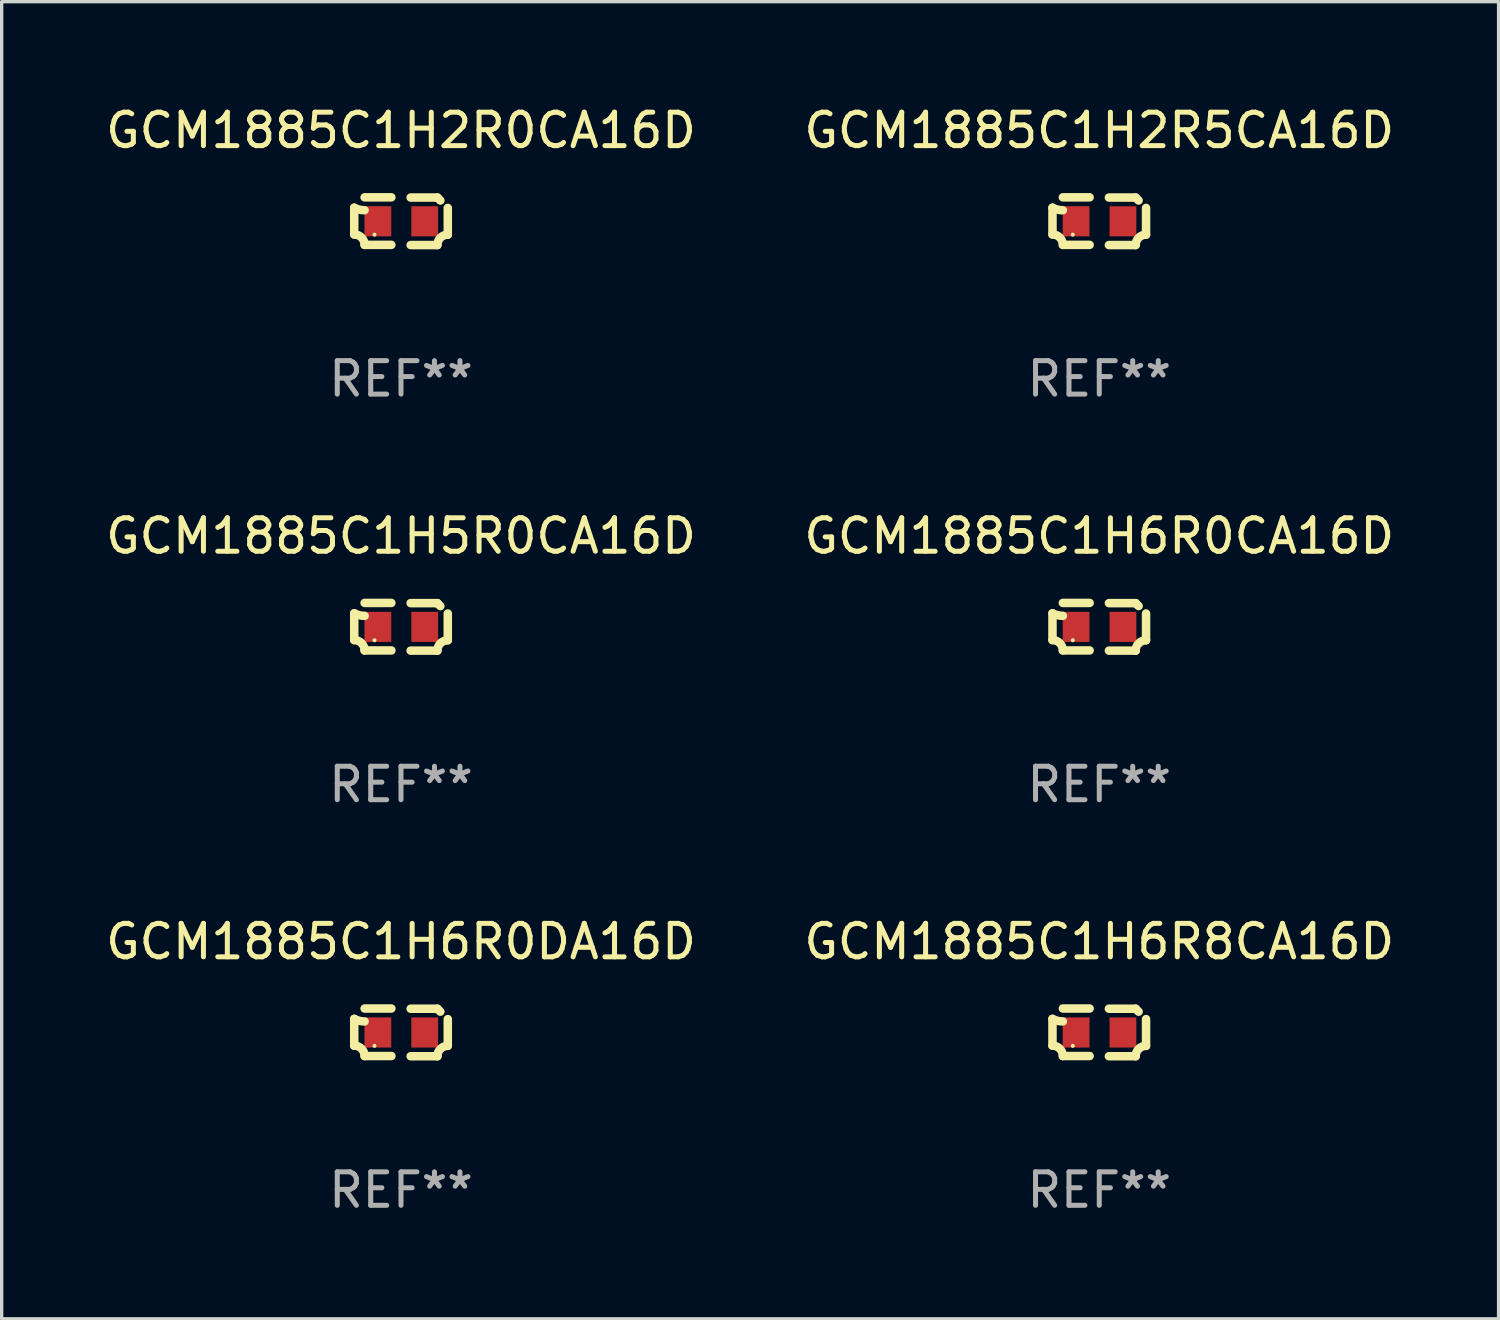
<source format=kicad_pcb>
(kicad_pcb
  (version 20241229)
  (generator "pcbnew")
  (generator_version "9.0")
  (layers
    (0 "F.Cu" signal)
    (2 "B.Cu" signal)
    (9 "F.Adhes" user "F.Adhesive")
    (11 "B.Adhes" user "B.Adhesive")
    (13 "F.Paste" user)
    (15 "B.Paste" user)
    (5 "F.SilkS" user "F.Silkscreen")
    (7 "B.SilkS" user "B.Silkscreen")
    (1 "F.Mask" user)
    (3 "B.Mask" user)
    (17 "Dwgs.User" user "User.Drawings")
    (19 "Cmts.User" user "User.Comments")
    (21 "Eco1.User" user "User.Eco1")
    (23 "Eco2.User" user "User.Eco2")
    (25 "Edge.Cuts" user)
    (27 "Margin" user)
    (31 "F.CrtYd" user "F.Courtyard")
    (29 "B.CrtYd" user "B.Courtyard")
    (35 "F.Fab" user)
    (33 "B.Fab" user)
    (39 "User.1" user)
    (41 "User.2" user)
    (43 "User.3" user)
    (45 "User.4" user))
  (footprint "GCM1885C1H6R0CA16D"
    (layer "F.Cu")
    (at 29.804 15.683)
    (property "Reference" "GCM1885C1H6R0CA16D" (at 0 -2.713 0) (layer "F.SilkS") (effects (font (size 1 1) (thickness 0.15))))
    (attr through_hole)
    (fp_line (start -1.398 -0.403) (end -1.398 0.397) (stroke (width 0.254) (type solid)) (layer "F.SilkS"))
    (fp_line (start -0.288 -0.713) (end -1.088 -0.713) (stroke (width 0.254) (type solid)) (layer "F.SilkS"))
    (fp_line (start -0.288 0.707) (end -1.088 0.707) (stroke (width 0.254) (type solid)) (layer "F.SilkS"))
    (fp_line (start 0.288 -0.707) (end 1.088 -0.707) (stroke (width 0.254) (type solid)) (layer "F.SilkS"))
    (fp_line (start 0.288 0.713) (end 1.088 0.713) (stroke (width 0.254) (type solid)) (layer "F.SilkS"))
    (fp_line (start 1.398 -0.397) (end 1.398 0.403) (stroke (width 0.254) (type solid)) (layer "F.SilkS"))
    (fp_arc (start -1.397789 0.397066) (mid -1.178701 0.487826) (end -1.08796 0.706922) (stroke (width 0.254001) (type solid)) (layer "F.SilkS"))
    (fp_arc (start -1.08796 -0.327176) (mid -1.247436 -0.346384) (end -1.39779 -0.402908) (stroke (width 0.254001) (type solid)) (layer "F.SilkS"))
    (fp_arc (start 1.087909 0.712738) (mid 1.178656 0.493655) (end 1.397739 0.402908) (stroke (width 0.254001) (type solid)) (layer "F.SilkS"))
    (fp_arc (start 1.175925 -0.618926) (mid 1.131917 -0.662923) (end 1.08791 -0.706922) (stroke (width 0.254001) (type solid)) (layer "F.SilkS"))
    (fp_circle (center -0.792 0.403) (end -0.762 0.403) (stroke (width 0.06) (type solid)) (fill no) (layer "F.SilkS"))
    (fp_text user "REF**" (at 0 4.713 0) (layer "F.Fab") (effects (font (size 1 1) (thickness 0.15))))
    (pad "1" smd rect (at -0.692 0.003) (size 0.8 0.9) (layers "F.Cu" "F.Mask" "F.Paste"))
    (pad "2" smd rect (at 0.708 0.003) (size 0.8 0.9) (layers "F.Cu" "F.Mask" "F.Paste")))
  (footprint "GCM1885C1H6R0DA16D"
    (layer "F.Cu")
    (at 8.935 27.805)
    (property "Reference" "GCM1885C1H6R0DA16D" (at 0 -2.713 0) (layer "F.SilkS") (effects (font (size 1 1) (thickness 0.15))))
    (attr through_hole)
    (fp_line (start -1.398 -0.403) (end -1.398 0.397) (stroke (width 0.254) (type solid)) (layer "F.SilkS"))
    (fp_line (start -0.288 -0.713) (end -1.088 -0.713) (stroke (width 0.254) (type solid)) (layer "F.SilkS"))
    (fp_line (start -0.288 0.707) (end -1.088 0.707) (stroke (width 0.254) (type solid)) (layer "F.SilkS"))
    (fp_line (start 0.288 -0.707) (end 1.088 -0.707) (stroke (width 0.254) (type solid)) (layer "F.SilkS"))
    (fp_line (start 0.288 0.713) (end 1.088 0.713) (stroke (width 0.254) (type solid)) (layer "F.SilkS"))
    (fp_line (start 1.398 -0.397) (end 1.398 0.403) (stroke (width 0.254) (type solid)) (layer "F.SilkS"))
    (fp_arc (start -1.397789 0.397066) (mid -1.178701 0.487826) (end -1.08796 0.706922) (stroke (width 0.254001) (type solid)) (layer "F.SilkS"))
    (fp_arc (start -1.08796 -0.327176) (mid -1.247436 -0.346384) (end -1.39779 -0.402908) (stroke (width 0.254001) (type solid)) (layer "F.SilkS"))
    (fp_arc (start 1.087909 0.712738) (mid 1.178656 0.493655) (end 1.397739 0.402908) (stroke (width 0.254001) (type solid)) (layer "F.SilkS"))
    (fp_arc (start 1.175925 -0.618926) (mid 1.131917 -0.662923) (end 1.08791 -0.706922) (stroke (width 0.254001) (type solid)) (layer "F.SilkS"))
    (fp_circle (center -0.792 0.403) (end -0.762 0.403) (stroke (width 0.06) (type solid)) (fill no) (layer "F.SilkS"))
    (fp_text user "REF**" (at 0 4.713 0) (layer "F.Fab") (effects (font (size 1 1) (thickness 0.15))))
    (pad "1" smd rect (at -0.692 0.003) (size 0.8 0.9) (layers "F.Cu" "F.Mask" "F.Paste"))
    (pad "2" smd rect (at 0.708 0.003) (size 0.8 0.9) (layers "F.Cu" "F.Mask" "F.Paste")))
  (footprint "GCM1885C1H5R0CA16D"
    (layer "F.Cu")
    (at 8.935 15.683)
    (property "Reference" "GCM1885C1H5R0CA16D" (at 0 -2.713 0) (layer "F.SilkS") (effects (font (size 1 1) (thickness 0.15))))
    (attr through_hole)
    (fp_line (start -1.398 -0.403) (end -1.398 0.397) (stroke (width 0.254) (type solid)) (layer "F.SilkS"))
    (fp_line (start -0.288 -0.713) (end -1.088 -0.713) (stroke (width 0.254) (type solid)) (layer "F.SilkS"))
    (fp_line (start -0.288 0.707) (end -1.088 0.707) (stroke (width 0.254) (type solid)) (layer "F.SilkS"))
    (fp_line (start 0.288 -0.707) (end 1.088 -0.707) (stroke (width 0.254) (type solid)) (layer "F.SilkS"))
    (fp_line (start 0.288 0.713) (end 1.088 0.713) (stroke (width 0.254) (type solid)) (layer "F.SilkS"))
    (fp_line (start 1.398 -0.397) (end 1.398 0.403) (stroke (width 0.254) (type solid)) (layer "F.SilkS"))
    (fp_arc (start -1.397789 0.397066) (mid -1.178701 0.487826) (end -1.08796 0.706922) (stroke (width 0.254001) (type solid)) (layer "F.SilkS"))
    (fp_arc (start -1.08796 -0.327176) (mid -1.247436 -0.346384) (end -1.39779 -0.402908) (stroke (width 0.254001) (type solid)) (layer "F.SilkS"))
    (fp_arc (start 1.087909 0.712738) (mid 1.178656 0.493655) (end 1.397739 0.402908) (stroke (width 0.254001) (type solid)) (layer "F.SilkS"))
    (fp_arc (start 1.175925 -0.618926) (mid 1.131917 -0.662923) (end 1.08791 -0.706922) (stroke (width 0.254001) (type solid)) (layer "F.SilkS"))
    (fp_circle (center -0.792 0.403) (end -0.762 0.403) (stroke (width 0.06) (type solid)) (fill no) (layer "F.SilkS"))
    (fp_text user "REF**" (at 0 4.713 0) (layer "F.Fab") (effects (font (size 1 1) (thickness 0.15))))
    (pad "1" smd rect (at -0.692 0.003) (size 0.8 0.9) (layers "F.Cu" "F.Mask" "F.Paste"))
    (pad "2" smd rect (at 0.708 0.003) (size 0.8 0.9) (layers "F.Cu" "F.Mask" "F.Paste")))
  (footprint "GCM1885C1H2R5CA16D"
    (layer "F.Cu")
    (at 29.804 3.561)
    (property "Reference" "GCM1885C1H2R5CA16D" (at 0 -2.713 0) (layer "F.SilkS") (effects (font (size 1 1) (thickness 0.15))))
    (attr through_hole)
    (fp_line (start -1.398 -0.403) (end -1.398 0.397) (stroke (width 0.254) (type solid)) (layer "F.SilkS"))
    (fp_line (start -0.288 -0.713) (end -1.088 -0.713) (stroke (width 0.254) (type solid)) (layer "F.SilkS"))
    (fp_line (start -0.288 0.707) (end -1.088 0.707) (stroke (width 0.254) (type solid)) (layer "F.SilkS"))
    (fp_line (start 0.288 -0.707) (end 1.088 -0.707) (stroke (width 0.254) (type solid)) (layer "F.SilkS"))
    (fp_line (start 0.288 0.713) (end 1.088 0.713) (stroke (width 0.254) (type solid)) (layer "F.SilkS"))
    (fp_line (start 1.398 -0.397) (end 1.398 0.403) (stroke (width 0.254) (type solid)) (layer "F.SilkS"))
    (fp_arc (start -1.397789 0.397066) (mid -1.178701 0.487826) (end -1.08796 0.706922) (stroke (width 0.254001) (type solid)) (layer "F.SilkS"))
    (fp_arc (start -1.08796 -0.327176) (mid -1.247436 -0.346384) (end -1.39779 -0.402908) (stroke (width 0.254001) (type solid)) (layer "F.SilkS"))
    (fp_arc (start 1.087909 0.712738) (mid 1.178656 0.493655) (end 1.397739 0.402908) (stroke (width 0.254001) (type solid)) (layer "F.SilkS"))
    (fp_arc (start 1.175925 -0.618926) (mid 1.131917 -0.662923) (end 1.08791 -0.706922) (stroke (width 0.254001) (type solid)) (layer "F.SilkS"))
    (fp_circle (center -0.792 0.403) (end -0.762 0.403) (stroke (width 0.06) (type solid)) (fill no) (layer "F.SilkS"))
    (fp_text user "REF**" (at 0 4.713 0) (layer "F.Fab") (effects (font (size 1 1) (thickness 0.15))))
    (pad "1" smd rect (at -0.692 0.003) (size 0.8 0.9) (layers "F.Cu" "F.Mask" "F.Paste"))
    (pad "2" smd rect (at 0.708 0.003) (size 0.8 0.9) (layers "F.Cu" "F.Mask" "F.Paste")))
  (footprint "GCM1885C1H6R8CA16D"
    (layer "F.Cu")
    (at 29.804 27.805)
    (property "Reference" "GCM1885C1H6R8CA16D" (at 0 -2.713 0) (layer "F.SilkS") (effects (font (size 1 1) (thickness 0.15))))
    (attr through_hole)
    (fp_line (start -1.398 -0.403) (end -1.398 0.397) (stroke (width 0.254) (type solid)) (layer "F.SilkS"))
    (fp_line (start -0.288 -0.713) (end -1.088 -0.713) (stroke (width 0.254) (type solid)) (layer "F.SilkS"))
    (fp_line (start -0.288 0.707) (end -1.088 0.707) (stroke (width 0.254) (type solid)) (layer "F.SilkS"))
    (fp_line (start 0.288 -0.707) (end 1.088 -0.707) (stroke (width 0.254) (type solid)) (layer "F.SilkS"))
    (fp_line (start 0.288 0.713) (end 1.088 0.713) (stroke (width 0.254) (type solid)) (layer "F.SilkS"))
    (fp_line (start 1.398 -0.397) (end 1.398 0.403) (stroke (width 0.254) (type solid)) (layer "F.SilkS"))
    (fp_arc (start -1.397789 0.397066) (mid -1.178701 0.487826) (end -1.08796 0.706922) (stroke (width 0.254001) (type solid)) (layer "F.SilkS"))
    (fp_arc (start -1.08796 -0.327176) (mid -1.247436 -0.346384) (end -1.39779 -0.402908) (stroke (width 0.254001) (type solid)) (layer "F.SilkS"))
    (fp_arc (start 1.087909 0.712738) (mid 1.178656 0.493655) (end 1.397739 0.402908) (stroke (width 0.254001) (type solid)) (layer "F.SilkS"))
    (fp_arc (start 1.175925 -0.618926) (mid 1.131917 -0.662923) (end 1.08791 -0.706922) (stroke (width 0.254001) (type solid)) (layer "F.SilkS"))
    (fp_circle (center -0.792 0.403) (end -0.762 0.403) (stroke (width 0.06) (type solid)) (fill no) (layer "F.SilkS"))
    (fp_text user "REF**" (at 0 4.713 0) (layer "F.Fab") (effects (font (size 1 1) (thickness 0.15))))
    (pad "1" smd rect (at -0.692 0.003) (size 0.8 0.9) (layers "F.Cu" "F.Mask" "F.Paste"))
    (pad "2" smd rect (at 0.708 0.003) (size 0.8 0.9) (layers "F.Cu" "F.Mask" "F.Paste")))
  (footprint "GCM1885C1H2R0CA16D"
    (layer "F.Cu")
    (at 8.935 3.561)
    (property "Reference" "GCM1885C1H2R0CA16D" (at 0 -2.713 0) (layer "F.SilkS") (effects (font (size 1 1) (thickness 0.15))))
    (attr through_hole)
    (fp_line (start -1.398 -0.403) (end -1.398 0.397) (stroke (width 0.254) (type solid)) (layer "F.SilkS"))
    (fp_line (start -0.288 -0.713) (end -1.088 -0.713) (stroke (width 0.254) (type solid)) (layer "F.SilkS"))
    (fp_line (start -0.288 0.707) (end -1.088 0.707) (stroke (width 0.254) (type solid)) (layer "F.SilkS"))
    (fp_line (start 0.288 -0.707) (end 1.088 -0.707) (stroke (width 0.254) (type solid)) (layer "F.SilkS"))
    (fp_line (start 0.288 0.713) (end 1.088 0.713) (stroke (width 0.254) (type solid)) (layer "F.SilkS"))
    (fp_line (start 1.398 -0.397) (end 1.398 0.403) (stroke (width 0.254) (type solid)) (layer "F.SilkS"))
    (fp_arc (start -1.397789 0.397066) (mid -1.178701 0.487826) (end -1.08796 0.706922) (stroke (width 0.254001) (type solid)) (layer "F.SilkS"))
    (fp_arc (start -1.08796 -0.327176) (mid -1.247436 -0.346384) (end -1.39779 -0.402908) (stroke (width 0.254001) (type solid)) (layer "F.SilkS"))
    (fp_arc (start 1.087909 0.712738) (mid 1.178656 0.493655) (end 1.397739 0.402908) (stroke (width 0.254001) (type solid)) (layer "F.SilkS"))
    (fp_arc (start 1.175925 -0.618926) (mid 1.131917 -0.662923) (end 1.08791 -0.706922) (stroke (width 0.254001) (type solid)) (layer "F.SilkS"))
    (fp_circle (center -0.792 0.403) (end -0.762 0.403) (stroke (width 0.06) (type solid)) (fill no) (layer "F.SilkS"))
    (fp_text user "REF**" (at 0 4.713 0) (layer "F.Fab") (effects (font (size 1 1) (thickness 0.15))))
    (pad "1" smd rect (at -0.692 0.003) (size 0.8 0.9) (layers "F.Cu" "F.Mask" "F.Paste"))
    (pad "2" smd rect (at 0.708 0.003) (size 0.8 0.9) (layers "F.Cu" "F.Mask" "F.Paste")))
  (gr_rect
    (start -3 -3)
    (end 41.738 36.366)
    (stroke (width 0.1) (type default))
    (fill no)
    (layer "Edge.Cuts")))
</source>
